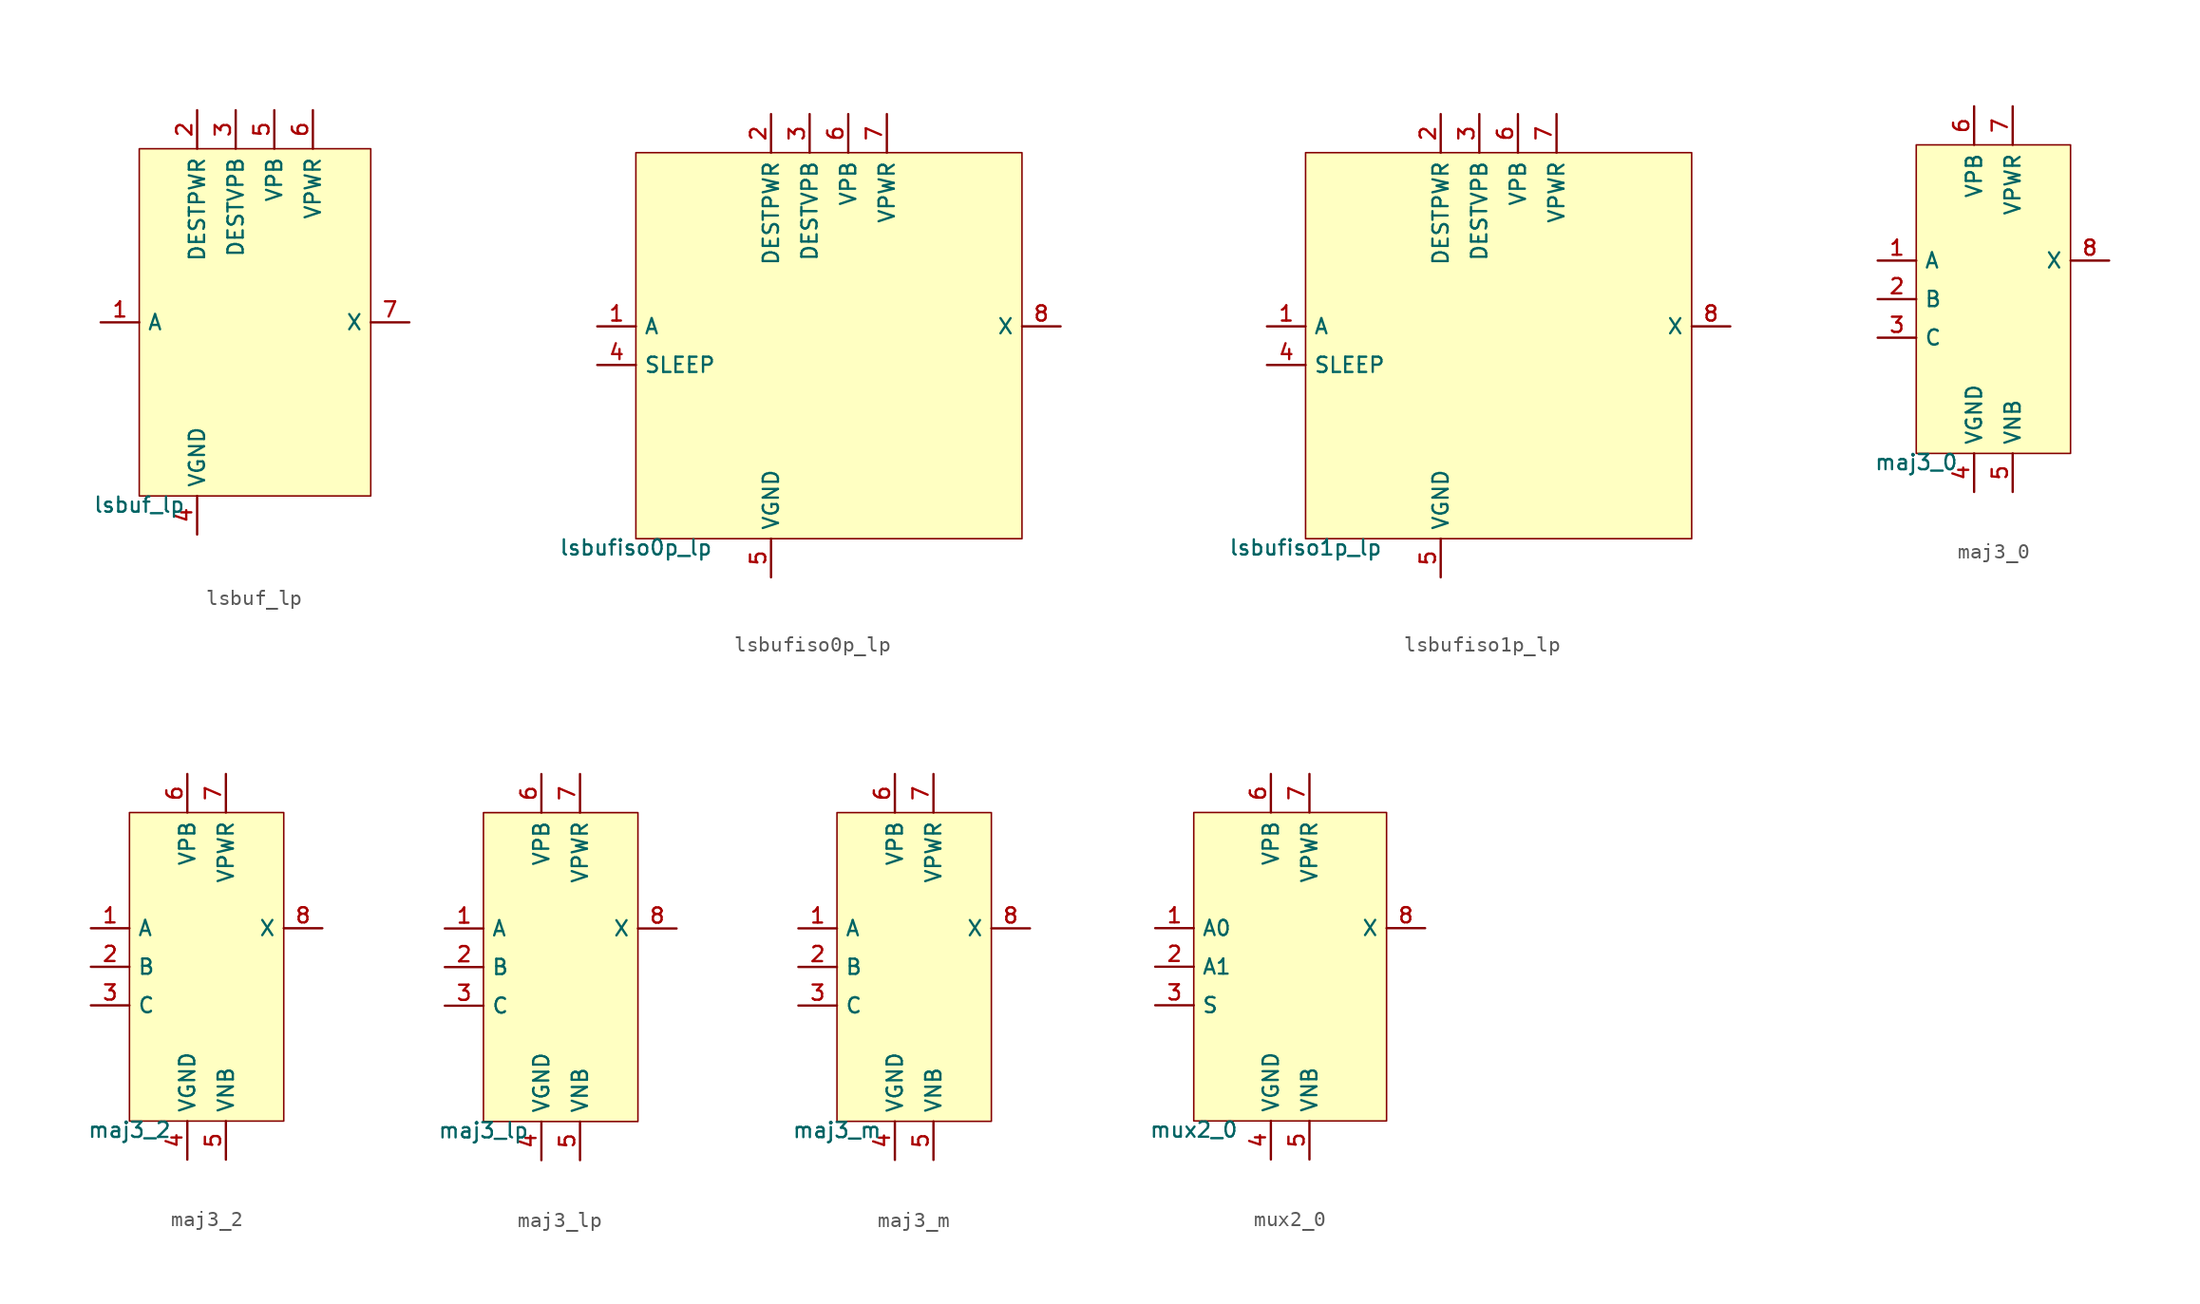
<source format=kicad_sym>
(kicad_symbol_lib
  (version 20211014)
  (generator pdk2kicad)
  (symbol "lsbuf_lp"
    (property "Reference" "X"
      (at 0 0 0)
      (effects (font (size 1 1)) hide))
    (property "Value" "lsbuf_lp"
      (at -7.62 -11.43 0)
      (effects (font (size 1 1)) (justify top)))
    (rectangle
      (start -7.62 -11.43)
      (end 7.62 11.43)
      (stroke (width 0.1) (type solid) (color 0 0 0 0))
      (fill (type background)))
    (pin input line
      (at -10.16 0.0 0)
      (length 2.54)
      (name "A" (effects (font (size 1 1)) hide))
      (number "1" (effects (font (size 1 1)) hide)))
    (pin power_in line
      (at -3.81 13.97 270)
      (length 2.54)
      (name "DESTPWR" (effects (font (size 1 1)) hide))
      (number "2" (effects (font (size 1 1)) hide)))
    (pin power_in line
      (at -1.27 13.97 270)
      (length 2.54)
      (name "DESTVPB" (effects (font (size 1 1)) hide))
      (number "3" (effects (font (size 1 1)) hide)))
    (pin power_in line
      (at -3.81 -13.97 90)
      (length 2.54)
      (name "VGND" (effects (font (size 1 1)) hide))
      (number "4" (effects (font (size 1 1)) hide)))
    (pin power_in line
      (at 1.27 13.97 270)
      (length 2.54)
      (name "VPB" (effects (font (size 1 1)) hide))
      (number "5" (effects (font (size 1 1)) hide)))
    (pin power_in line
      (at 3.81 13.97 270)
      (length 2.54)
      (name "VPWR" (effects (font (size 1 1)) hide))
      (number "6" (effects (font (size 1 1)) hide)))
    (pin output line
      (at 10.16 0.0 180)
      (length 2.54)
      (name "X" (effects (font (size 1 1)) hide))
      (number "7" (effects (font (size 1 1)) hide))))
  (symbol "lsbufiso0p_lp"
    (property "Reference" "X"
      (at 0 0 0)
      (effects (font (size 1 1)) hide))
    (property "Value" "lsbufiso0p_lp"
      (at -12.7 -12.7 0)
      (effects (font (size 1 1)) (justify top)))
    (rectangle
      (start -12.7 -12.7)
      (end 12.7 12.7)
      (stroke (width 0.1) (type solid) (color 0 0 0 0))
      (fill (type background)))
    (pin input line
      (at -15.24 1.27 0)
      (length 2.54)
      (name "A" (effects (font (size 1 1)) hide))
      (number "1" (effects (font (size 1 1)) hide)))
    (pin power_in line
      (at -3.81 15.24 270)
      (length 2.54)
      (name "DESTPWR" (effects (font (size 1 1)) hide))
      (number "2" (effects (font (size 1 1)) hide)))
    (pin power_in line
      (at -1.27 15.24 270)
      (length 2.54)
      (name "DESTVPB" (effects (font (size 1 1)) hide))
      (number "3" (effects (font (size 1 1)) hide)))
    (pin input line
      (at -15.24 -1.27 0)
      (length 2.54)
      (name "SLEEP" (effects (font (size 1 1)) hide))
      (number "4" (effects (font (size 1 1)) hide)))
    (pin power_in line
      (at -3.81 -15.24 90)
      (length 2.54)
      (name "VGND" (effects (font (size 1 1)) hide))
      (number "5" (effects (font (size 1 1)) hide)))
    (pin power_in line
      (at 1.27 15.24 270)
      (length 2.54)
      (name "VPB" (effects (font (size 1 1)) hide))
      (number "6" (effects (font (size 1 1)) hide)))
    (pin power_in line
      (at 3.81 15.24 270)
      (length 2.54)
      (name "VPWR" (effects (font (size 1 1)) hide))
      (number "7" (effects (font (size 1 1)) hide)))
    (pin output line
      (at 15.24 1.27 180)
      (length 2.54)
      (name "X" (effects (font (size 1 1)) hide))
      (number "8" (effects (font (size 1 1)) hide))))
  (symbol "lsbufiso1p_lp"
    (property "Reference" "X"
      (at 0 0 0)
      (effects (font (size 1 1)) hide))
    (property "Value" "lsbufiso1p_lp"
      (at -12.7 -12.7 0)
      (effects (font (size 1 1)) (justify top)))
    (rectangle
      (start -12.7 -12.7)
      (end 12.7 12.7)
      (stroke (width 0.1) (type solid) (color 0 0 0 0))
      (fill (type background)))
    (pin input line
      (at -15.24 1.27 0)
      (length 2.54)
      (name "A" (effects (font (size 1 1)) hide))
      (number "1" (effects (font (size 1 1)) hide)))
    (pin power_in line
      (at -3.81 15.24 270)
      (length 2.54)
      (name "DESTPWR" (effects (font (size 1 1)) hide))
      (number "2" (effects (font (size 1 1)) hide)))
    (pin power_in line
      (at -1.27 15.24 270)
      (length 2.54)
      (name "DESTVPB" (effects (font (size 1 1)) hide))
      (number "3" (effects (font (size 1 1)) hide)))
    (pin input line
      (at -15.24 -1.27 0)
      (length 2.54)
      (name "SLEEP" (effects (font (size 1 1)) hide))
      (number "4" (effects (font (size 1 1)) hide)))
    (pin power_in line
      (at -3.81 -15.24 90)
      (length 2.54)
      (name "VGND" (effects (font (size 1 1)) hide))
      (number "5" (effects (font (size 1 1)) hide)))
    (pin power_in line
      (at 1.27 15.24 270)
      (length 2.54)
      (name "VPB" (effects (font (size 1 1)) hide))
      (number "6" (effects (font (size 1 1)) hide)))
    (pin power_in line
      (at 3.81 15.24 270)
      (length 2.54)
      (name "VPWR" (effects (font (size 1 1)) hide))
      (number "7" (effects (font (size 1 1)) hide)))
    (pin output line
      (at 15.24 1.27 180)
      (length 2.54)
      (name "X" (effects (font (size 1 1)) hide))
      (number "8" (effects (font (size 1 1)) hide))))
  (symbol "maj3_0"
    (property "Reference" "X"
      (at 0 0 0)
      (effects (font (size 1 1)) hide))
    (property "Value" "maj3_0"
      (at -5.08 -10.16 0)
      (effects (font (size 1 1)) (justify top)))
    (rectangle
      (start -5.08 -10.16)
      (end 5.08 10.16)
      (stroke (width 0.1) (type solid) (color 0 0 0 0))
      (fill (type background)))
    (pin input line
      (at -7.62 2.54 0)
      (length 2.54)
      (name "A" (effects (font (size 1 1)) hide))
      (number "1" (effects (font (size 1 1)) hide)))
    (pin input line
      (at -7.62 0.0 0)
      (length 2.54)
      (name "B" (effects (font (size 1 1)) hide))
      (number "2" (effects (font (size 1 1)) hide)))
    (pin input line
      (at -7.62 -2.54 0)
      (length 2.54)
      (name "C" (effects (font (size 1 1)) hide))
      (number "3" (effects (font (size 1 1)) hide)))
    (pin power_in line
      (at -1.27 -12.7 90)
      (length 2.54)
      (name "VGND" (effects (font (size 1 1)) hide))
      (number "4" (effects (font (size 1 1)) hide)))
    (pin power_in line
      (at 1.27 -12.7 90)
      (length 2.54)
      (name "VNB" (effects (font (size 1 1)) hide))
      (number "5" (effects (font (size 1 1)) hide)))
    (pin power_in line
      (at -1.27 12.7 270)
      (length 2.54)
      (name "VPB" (effects (font (size 1 1)) hide))
      (number "6" (effects (font (size 1 1)) hide)))
    (pin power_in line
      (at 1.27 12.7 270)
      (length 2.54)
      (name "VPWR" (effects (font (size 1 1)) hide))
      (number "7" (effects (font (size 1 1)) hide)))
    (pin output line
      (at 7.62 2.54 180)
      (length 2.54)
      (name "X" (effects (font (size 1 1)) hide))
      (number "8" (effects (font (size 1 1)) hide))))
  (symbol "maj3_2"
    (property "Reference" "X"
      (at 0 0 0)
      (effects (font (size 1 1)) hide))
    (property "Value" "maj3_2"
      (at -5.08 -10.16 0)
      (effects (font (size 1 1)) (justify top)))
    (rectangle
      (start -5.08 -10.16)
      (end 5.08 10.16)
      (stroke (width 0.1) (type solid) (color 0 0 0 0))
      (fill (type background)))
    (pin input line
      (at -7.62 2.54 0)
      (length 2.54)
      (name "A" (effects (font (size 1 1)) hide))
      (number "1" (effects (font (size 1 1)) hide)))
    (pin input line
      (at -7.62 0.0 0)
      (length 2.54)
      (name "B" (effects (font (size 1 1)) hide))
      (number "2" (effects (font (size 1 1)) hide)))
    (pin input line
      (at -7.62 -2.54 0)
      (length 2.54)
      (name "C" (effects (font (size 1 1)) hide))
      (number "3" (effects (font (size 1 1)) hide)))
    (pin power_in line
      (at -1.27 -12.7 90)
      (length 2.54)
      (name "VGND" (effects (font (size 1 1)) hide))
      (number "4" (effects (font (size 1 1)) hide)))
    (pin power_in line
      (at 1.27 -12.7 90)
      (length 2.54)
      (name "VNB" (effects (font (size 1 1)) hide))
      (number "5" (effects (font (size 1 1)) hide)))
    (pin power_in line
      (at -1.27 12.7 270)
      (length 2.54)
      (name "VPB" (effects (font (size 1 1)) hide))
      (number "6" (effects (font (size 1 1)) hide)))
    (pin power_in line
      (at 1.27 12.7 270)
      (length 2.54)
      (name "VPWR" (effects (font (size 1 1)) hide))
      (number "7" (effects (font (size 1 1)) hide)))
    (pin output line
      (at 7.62 2.54 180)
      (length 2.54)
      (name "X" (effects (font (size 1 1)) hide))
      (number "8" (effects (font (size 1 1)) hide))))
  (symbol "maj3_lp"
    (property "Reference" "X"
      (at 0 0 0)
      (effects (font (size 1 1)) hide))
    (property "Value" "maj3_lp"
      (at -5.08 -10.16 0)
      (effects (font (size 1 1)) (justify top)))
    (rectangle
      (start -5.08 -10.16)
      (end 5.08 10.16)
      (stroke (width 0.1) (type solid) (color 0 0 0 0))
      (fill (type background)))
    (pin input line
      (at -7.62 2.54 0)
      (length 2.54)
      (name "A" (effects (font (size 1 1)) hide))
      (number "1" (effects (font (size 1 1)) hide)))
    (pin input line
      (at -7.62 0.0 0)
      (length 2.54)
      (name "B" (effects (font (size 1 1)) hide))
      (number "2" (effects (font (size 1 1)) hide)))
    (pin input line
      (at -7.62 -2.54 0)
      (length 2.54)
      (name "C" (effects (font (size 1 1)) hide))
      (number "3" (effects (font (size 1 1)) hide)))
    (pin power_in line
      (at -1.27 -12.7 90)
      (length 2.54)
      (name "VGND" (effects (font (size 1 1)) hide))
      (number "4" (effects (font (size 1 1)) hide)))
    (pin power_in line
      (at 1.27 -12.7 90)
      (length 2.54)
      (name "VNB" (effects (font (size 1 1)) hide))
      (number "5" (effects (font (size 1 1)) hide)))
    (pin power_in line
      (at -1.27 12.7 270)
      (length 2.54)
      (name "VPB" (effects (font (size 1 1)) hide))
      (number "6" (effects (font (size 1 1)) hide)))
    (pin power_in line
      (at 1.27 12.7 270)
      (length 2.54)
      (name "VPWR" (effects (font (size 1 1)) hide))
      (number "7" (effects (font (size 1 1)) hide)))
    (pin output line
      (at 7.62 2.54 180)
      (length 2.54)
      (name "X" (effects (font (size 1 1)) hide))
      (number "8" (effects (font (size 1 1)) hide))))
  (symbol "maj3_m"
    (property "Reference" "X"
      (at 0 0 0)
      (effects (font (size 1 1)) hide))
    (property "Value" "maj3_m"
      (at -5.08 -10.16 0)
      (effects (font (size 1 1)) (justify top)))
    (rectangle
      (start -5.08 -10.16)
      (end 5.08 10.16)
      (stroke (width 0.1) (type solid) (color 0 0 0 0))
      (fill (type background)))
    (pin input line
      (at -7.62 2.54 0)
      (length 2.54)
      (name "A" (effects (font (size 1 1)) hide))
      (number "1" (effects (font (size 1 1)) hide)))
    (pin input line
      (at -7.62 0.0 0)
      (length 2.54)
      (name "B" (effects (font (size 1 1)) hide))
      (number "2" (effects (font (size 1 1)) hide)))
    (pin input line
      (at -7.62 -2.54 0)
      (length 2.54)
      (name "C" (effects (font (size 1 1)) hide))
      (number "3" (effects (font (size 1 1)) hide)))
    (pin power_in line
      (at -1.27 -12.7 90)
      (length 2.54)
      (name "VGND" (effects (font (size 1 1)) hide))
      (number "4" (effects (font (size 1 1)) hide)))
    (pin power_in line
      (at 1.27 -12.7 90)
      (length 2.54)
      (name "VNB" (effects (font (size 1 1)) hide))
      (number "5" (effects (font (size 1 1)) hide)))
    (pin power_in line
      (at -1.27 12.7 270)
      (length 2.54)
      (name "VPB" (effects (font (size 1 1)) hide))
      (number "6" (effects (font (size 1 1)) hide)))
    (pin power_in line
      (at 1.27 12.7 270)
      (length 2.54)
      (name "VPWR" (effects (font (size 1 1)) hide))
      (number "7" (effects (font (size 1 1)) hide)))
    (pin output line
      (at 7.62 2.54 180)
      (length 2.54)
      (name "X" (effects (font (size 1 1)) hide))
      (number "8" (effects (font (size 1 1)) hide))))
  (symbol "mux2_0"
    (property "Reference" "X"
      (at 0 0 0)
      (effects (font (size 1 1)) hide))
    (property "Value" "mux2_0"
      (at -6.35 -10.16 0)
      (effects (font (size 1 1)) (justify top)))
    (rectangle
      (start -6.35 -10.16)
      (end 6.35 10.16)
      (stroke (width 0.1) (type solid) (color 0 0 0 0))
      (fill (type background)))
    (pin input line
      (at -8.89 2.54 0)
      (length 2.54)
      (name "A0" (effects (font (size 1 1)) hide))
      (number "1" (effects (font (size 1 1)) hide)))
    (pin input line
      (at -8.89 0.0 0)
      (length 2.54)
      (name "A1" (effects (font (size 1 1)) hide))
      (number "2" (effects (font (size 1 1)) hide)))
    (pin input line
      (at -8.89 -2.54 0)
      (length 2.54)
      (name "S" (effects (font (size 1 1)) hide))
      (number "3" (effects (font (size 1 1)) hide)))
    (pin power_in line
      (at -1.27 -12.7 90)
      (length 2.54)
      (name "VGND" (effects (font (size 1 1)) hide))
      (number "4" (effects (font (size 1 1)) hide)))
    (pin power_in line
      (at 1.27 -12.7 90)
      (length 2.54)
      (name "VNB" (effects (font (size 1 1)) hide))
      (number "5" (effects (font (size 1 1)) hide)))
    (pin power_in line
      (at -1.27 12.7 270)
      (length 2.54)
      (name "VPB" (effects (font (size 1 1)) hide))
      (number "6" (effects (font (size 1 1)) hide)))
    (pin power_in line
      (at 1.27 12.7 270)
      (length 2.54)
      (name "VPWR" (effects (font (size 1 1)) hide))
      (number "7" (effects (font (size 1 1)) hide)))
    (pin output line
      (at 8.89 2.54 180)
      (length 2.54)
      (name "X" (effects (font (size 1 1)) hide))
      (number "8" (effects (font (size 1 1)) hide)))))
</source>
